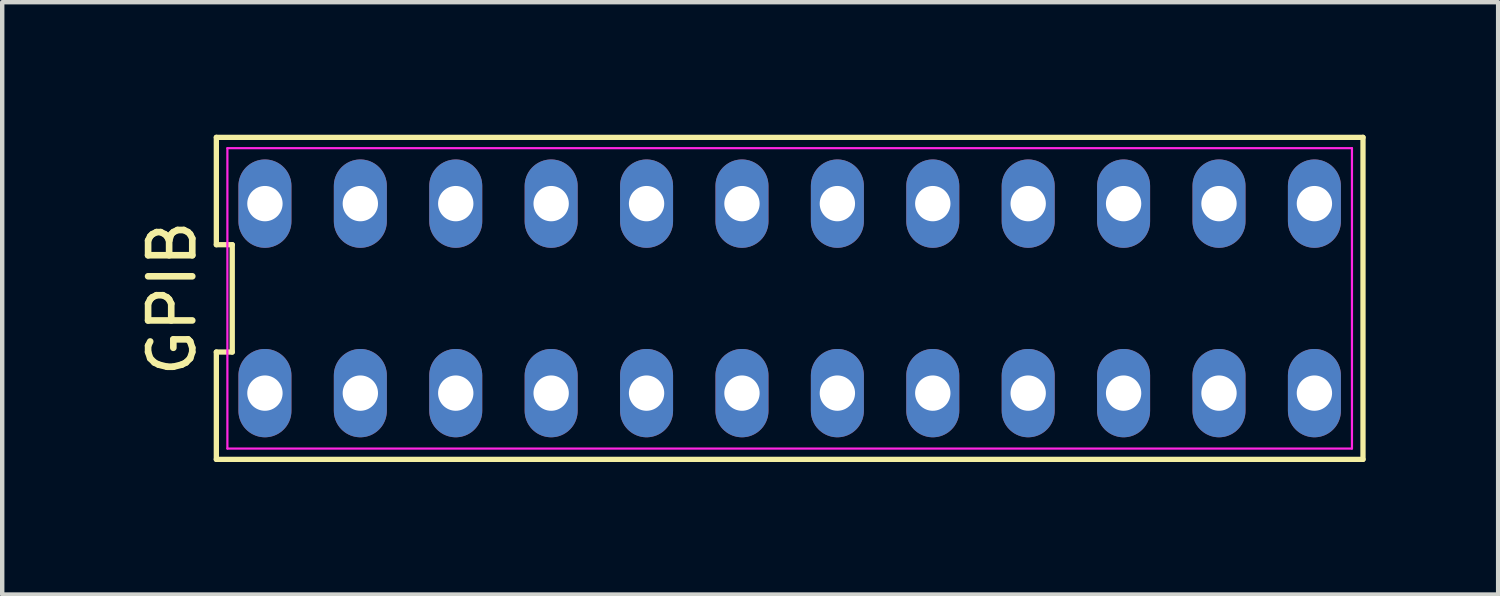
<source format=kicad_pcb>
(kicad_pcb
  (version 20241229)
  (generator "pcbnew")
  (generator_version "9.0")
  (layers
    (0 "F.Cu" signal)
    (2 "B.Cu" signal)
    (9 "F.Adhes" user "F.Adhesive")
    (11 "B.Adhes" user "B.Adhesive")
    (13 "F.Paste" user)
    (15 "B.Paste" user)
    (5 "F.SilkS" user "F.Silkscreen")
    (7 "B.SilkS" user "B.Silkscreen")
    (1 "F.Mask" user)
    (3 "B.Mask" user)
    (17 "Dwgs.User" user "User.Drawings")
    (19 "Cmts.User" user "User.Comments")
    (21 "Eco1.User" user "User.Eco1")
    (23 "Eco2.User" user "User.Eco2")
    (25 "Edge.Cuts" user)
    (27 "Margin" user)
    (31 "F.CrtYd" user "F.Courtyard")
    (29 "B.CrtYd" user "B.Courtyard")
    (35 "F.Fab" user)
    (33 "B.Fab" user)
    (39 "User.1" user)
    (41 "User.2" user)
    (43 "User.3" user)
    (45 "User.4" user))
  (footprint "GPIB"
    (layer "F.Cu")
    (at 14.828 3.705)
    (property "Reference" "GPIB" (at -13.98 0 90) (layer "F.SilkS") (effects (font (size 1 1) (thickness 0.15))))
    (attr through_hole)
    (fp_line (start -12.98 -3.645) (end -12.98 -1.215) (stroke (width 0.12) (type solid)) (layer "F.SilkS"))
    (fp_line (start -12.98 -1.215) (end -12.62 -1.215) (stroke (width 0.12) (type solid)) (layer "F.SilkS"))
    (fp_line (start -12.98 1.215) (end -12.98 3.645) (stroke (width 0.12) (type solid)) (layer "F.SilkS"))
    (fp_line (start -12.98 3.645) (end 12.98 3.645) (stroke (width 0.12) (type solid)) (layer "F.SilkS"))
    (fp_line (start -12.62 -1.215) (end -12.62 1.215) (stroke (width 0.12) (type solid)) (layer "F.SilkS"))
    (fp_line (start -12.62 1.215) (end -12.98 1.215) (stroke (width 0.12) (type solid)) (layer "F.SilkS"))
    (fp_line (start 12.98 -3.645) (end -12.98 -3.645) (stroke (width 0.12) (type solid)) (layer "F.SilkS"))
    (fp_line (start 12.98 3.645) (end 12.98 -3.645) (stroke (width 0.12) (type solid)) (layer "F.SilkS"))
    (fp_line (start -12.73 -3.4) (end 12.73 -3.4) (stroke (width 0.05) (type solid)) (layer "F.CrtYd"))
    (fp_line (start -12.73 3.4) (end -12.73 -3.4) (stroke (width 0.05) (type solid)) (layer "F.CrtYd"))
    (fp_line (start 12.73 -3.4) (end 12.73 3.4) (stroke (width 0.05) (type solid)) (layer "F.CrtYd"))
    (fp_line (start 12.73 3.4) (end -12.73 3.4) (stroke (width 0.05) (type solid)) (layer "F.CrtYd"))
    (pad "1" thru_hole oval (at -11.88 2.145) (size 1.2 2) (drill 0.8) (layers "*.Cu" "*.Mask"))
    (pad "2" thru_hole oval (at -9.72 2.145) (size 1.2 2) (drill 0.8) (layers "*.Cu" "*.Mask"))
    (pad "3" thru_hole oval (at -7.56 2.145) (size 1.2 2) (drill 0.8) (layers "*.Cu" "*.Mask"))
    (pad "4" thru_hole oval (at -5.4 2.145) (size 1.2 2) (drill 0.8) (layers "*.Cu" "*.Mask"))
    (pad "5" thru_hole oval (at -3.24 2.145) (size 1.2 2) (drill 0.8) (layers "*.Cu" "*.Mask"))
    (pad "6" thru_hole oval (at -1.08 2.145) (size 1.2 2) (drill 0.8) (layers "*.Cu" "*.Mask"))
    (pad "7" thru_hole oval (at 1.08 2.145) (size 1.2 2) (drill 0.8) (layers "*.Cu" "*.Mask"))
    (pad "8" thru_hole oval (at 3.24 2.145) (size 1.2 2) (drill 0.8) (layers "*.Cu" "*.Mask"))
    (pad "9" thru_hole oval (at 5.4 2.145) (size 1.2 2) (drill 0.8) (layers "*.Cu" "*.Mask"))
    (pad "10" thru_hole oval (at 7.56 2.145) (size 1.2 2) (drill 0.8) (layers "*.Cu" "*.Mask"))
    (pad "11" thru_hole oval (at 9.72 2.145) (size 1.2 2) (drill 0.8) (layers "*.Cu" "*.Mask"))
    (pad "12" thru_hole oval (at 11.88 2.145) (size 1.2 2) (drill 0.8) (layers "*.Cu" "*.Mask"))
    (pad "13" thru_hole oval (at -11.88 -2.145) (size 1.2 2) (drill 0.8) (layers "*.Cu" "*.Mask"))
    (pad "14" thru_hole oval (at -9.72 -2.145) (size 1.2 2) (drill 0.8) (layers "*.Cu" "*.Mask"))
    (pad "15" thru_hole oval (at -7.56 -2.145) (size 1.2 2) (drill 0.8) (layers "*.Cu" "*.Mask"))
    (pad "16" thru_hole oval (at -5.4 -2.145) (size 1.2 2) (drill 0.8) (layers "*.Cu" "*.Mask"))
    (pad "17" thru_hole oval (at -3.24 -2.145) (size 1.2 2) (drill 0.8) (layers "*.Cu" "*.Mask"))
    (pad "18" thru_hole oval (at -1.08 -2.145) (size 1.2 2) (drill 0.8) (layers "*.Cu" "*.Mask"))
    (pad "19" thru_hole oval (at 1.08 -2.145) (size 1.2 2) (drill 0.8) (layers "*.Cu" "*.Mask"))
    (pad "20" thru_hole oval (at 3.24 -2.145) (size 1.2 2) (drill 0.8) (layers "*.Cu" "*.Mask"))
    (pad "21" thru_hole oval (at 5.4 -2.145) (size 1.2 2) (drill 0.8) (layers "*.Cu" "*.Mask"))
    (pad "22" thru_hole oval (at 7.56 -2.145) (size 1.2 2) (drill 0.8) (layers "*.Cu" "*.Mask"))
    (pad "23" thru_hole oval (at 9.72 -2.145) (size 1.2 2) (drill 0.8) (layers "*.Cu" "*.Mask"))
    (pad "24" thru_hole oval (at 11.88 -2.145) (size 1.2 2) (drill 0.8) (layers "*.Cu" "*.Mask")))
  (gr_rect
    (start -3 -3)
    (end 30.868 10.41)
    (stroke (width 0.1) (type default))
    (fill no)
    (layer "Edge.Cuts")))
</source>
